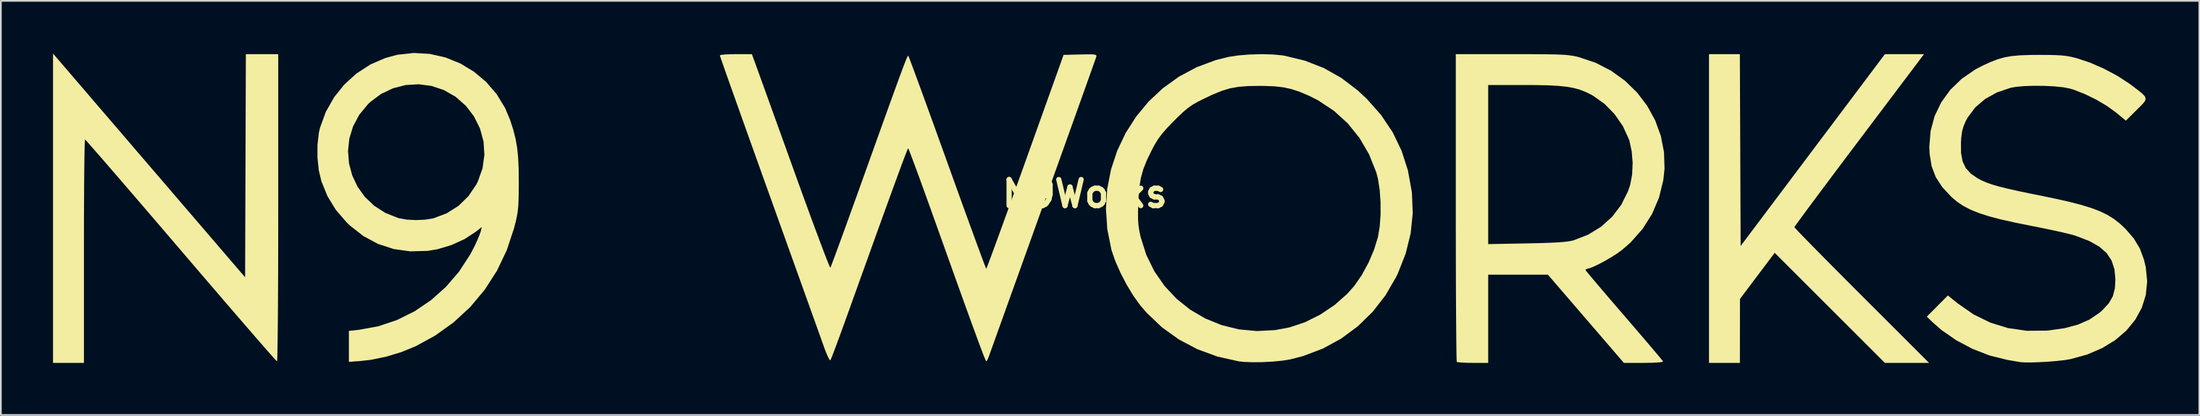
<source format=kicad_pcb>
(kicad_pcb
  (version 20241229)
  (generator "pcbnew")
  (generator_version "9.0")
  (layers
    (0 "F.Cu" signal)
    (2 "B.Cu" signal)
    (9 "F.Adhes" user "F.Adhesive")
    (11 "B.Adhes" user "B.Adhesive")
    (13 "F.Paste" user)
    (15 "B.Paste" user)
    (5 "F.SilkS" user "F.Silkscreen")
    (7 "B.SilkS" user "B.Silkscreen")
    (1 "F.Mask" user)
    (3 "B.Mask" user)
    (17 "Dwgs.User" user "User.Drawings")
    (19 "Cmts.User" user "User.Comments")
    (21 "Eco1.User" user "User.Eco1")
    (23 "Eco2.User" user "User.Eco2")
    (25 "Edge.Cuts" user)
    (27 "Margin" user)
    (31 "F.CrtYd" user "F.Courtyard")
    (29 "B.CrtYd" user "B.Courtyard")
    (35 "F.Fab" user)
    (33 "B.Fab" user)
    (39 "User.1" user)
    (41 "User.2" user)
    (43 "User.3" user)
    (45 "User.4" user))
  (footprint "N9Works"
    (layer "F.Cu")
    (at 59.351 8.112)
    (property "Reference" "N9Works" (at 0 0 0) (layer "F.SilkS") (effects (font (size 1.5 1.5) (thickness 0.3))))
    (attr board_only exclude_from_pos_files exclude_from_bom)
    (fp_poly (pts (xy 37.697 -2.519) (xy 37.719 3.006) (xy 41.868 -2.518) (xy 46.016 -8.041) (xy 47.142 -8.042) (xy 48.267 -8.043) (xy 44.538 -3.094) (xy 43.931 -2.288) (xy 43.355 -1.52) (xy 42.818 -0.803) (xy 42.327 -0.146) (xy 41.891 0.44) (xy 41.517 0.944) (xy 41.214 1.355) (xy 40.99 1.662) (xy 40.852 1.855) (xy 40.809 1.922) (xy 40.868 1.992) (xy 41.036 2.171) (xy 41.304 2.45) (xy 41.662 2.817) (xy 42.101 3.263) (xy 42.609 3.778) (xy 43.177 4.352) (xy 43.795 4.974) (xy 44.453 5.634) (xy 44.682 5.863) (xy 48.556 9.737) (xy 47.286 9.737) (xy 46.015 9.737) (xy 42.847 6.567) (xy 39.679 3.398) (xy 38.68 4.726) (xy 37.681 6.054) (xy 37.679 7.895) (xy 37.677 9.737) (xy 36.788 9.737) (xy 35.899 9.737) (xy 35.899 0.847) (xy 35.899 -8.043) (xy 36.787 -8.043) (xy 37.675 -8.043)) (stroke (width 0) (type solid)) (fill yes) (layer "F.SilkS"))
    (fp_poly (pts (xy -59.118 -7.807) (xy -59.031 -7.705) (xy -58.841 -7.483) (xy -58.557 -7.152) (xy -58.186 -6.719) (xy -57.737 -6.196) (xy -57.218 -5.59) (xy -56.637 -4.912) (xy -56.001 -4.171) (xy -55.318 -3.375) (xy -54.598 -2.534) (xy -53.847 -1.658) (xy -53.594 -1.364) (xy -48.302 4.808) (xy -48.281 -1.618) (xy -48.259 -8.043) (xy -47.328 -8.043) (xy -46.397 -8.043) (xy -46.397 0.804) (xy -46.398 2.013) (xy -46.4 3.172) (xy -46.403 4.272) (xy -46.407 5.301) (xy -46.412 6.248) (xy -46.418 7.102) (xy -46.425 7.852) (xy -46.433 8.487) (xy -46.441 8.995) (xy -46.449 9.366) (xy -46.459 9.588) (xy -46.467 9.652) (xy -46.53 9.589) (xy -46.696 9.406) (xy -46.957 9.111) (xy -47.305 8.713) (xy -47.733 8.221) (xy -48.233 7.643) (xy -48.797 6.989) (xy -49.42 6.266) (xy -50.091 5.484) (xy -50.806 4.651) (xy -51.555 3.775) (xy -51.991 3.264) (xy -52.757 2.369) (xy -53.491 1.51) (xy -54.188 0.698) (xy -54.839 -0.06) (xy -55.436 -0.754) (xy -55.974 -1.377) (xy -56.442 -1.919) (xy -56.836 -2.372) (xy -57.146 -2.726) (xy -57.366 -2.975) (xy -57.487 -3.107) (xy -57.51 -3.128) (xy -57.52 -3.046) (xy -57.53 -2.808) (xy -57.539 -2.427) (xy -57.547 -1.915) (xy -57.554 -1.286) (xy -57.561 -0.552) (xy -57.566 0.273) (xy -57.57 1.176) (xy -57.572 2.145) (xy -57.573 3.166) (xy -57.573 3.302) (xy -57.573 9.737) (xy -58.462 9.737) (xy -59.351 9.737) (xy -59.351 0.829) (xy -59.351 -8.079)) (stroke (width 0) (type solid)) (fill yes) (layer "F.SilkS"))
    (fp_poly (pts (xy -37.675 -8.057) (xy -36.778 -7.853) (xy -35.929 -7.51) (xy -35.144 -7.037) (xy -34.44 -6.445) (xy -33.836 -5.743) (xy -33.348 -4.942) (xy -33.062 -4.262) (xy -32.882 -3.701) (xy -32.748 -3.177) (xy -32.655 -2.649) (xy -32.597 -2.075) (xy -32.567 -1.415) (xy -32.561 -0.635) (xy -32.565 -0.06) (xy -32.575 0.383) (xy -32.593 0.735) (xy -32.624 1.032) (xy -32.672 1.315) (xy -32.741 1.621) (xy -32.835 1.987) (xy -33.253 3.249) (xy -33.817 4.431) (xy -34.519 5.524) (xy -35.351 6.517) (xy -36.306 7.401) (xy -37.375 8.168) (xy -38.493 8.779) (xy -39.314 9.114) (xy -40.201 9.382) (xy -41.084 9.563) (xy -41.635 9.626) (xy -42.333 9.677) (xy -42.333 8.785) (xy -42.333 7.894) (xy -41.762 7.833) (xy -40.644 7.63) (xy -39.569 7.27) (xy -38.553 6.765) (xy -37.608 6.124) (xy -36.751 5.358) (xy -35.994 4.478) (xy -35.354 3.494) (xy -35.095 2.997) (xy -34.948 2.674) (xy -34.825 2.379) (xy -34.751 2.171) (xy -34.747 2.153) (xy -34.686 1.911) (xy -35.018 2.174) (xy -35.677 2.606) (xy -36.438 2.953) (xy -37.245 3.194) (xy -37.805 3.287) (xy -38.805 3.314) (xy -39.758 3.18) (xy -40.659 2.885) (xy -41.5 2.433) (xy -42.276 1.826) (xy -42.459 1.65) (xy -43.082 0.929) (xy -43.561 0.145) (xy -43.914 -0.72) (xy -44.065 -1.359) (xy -44.141 -2.083) (xy -44.141 -2.467) (xy -42.383 -2.467) (xy -42.326 -1.754) (xy -42.143 -1.062) (xy -41.837 -0.413) (xy -41.414 0.177) (xy -40.879 0.687) (xy -40.238 1.1) (xy -39.495 1.394) (xy -39.455 1.406) (xy -39.016 1.485) (xy -38.493 1.513) (xy -37.962 1.491) (xy -37.503 1.418) (xy -37.465 1.409) (xy -36.701 1.12) (xy -36.026 0.691) (xy -35.456 0.134) (xy -35.003 -0.539) (xy -34.913 -0.717) (xy -34.646 -1.468) (xy -34.539 -2.241) (xy -34.589 -3.013) (xy -34.793 -3.764) (xy -35.146 -4.47) (xy -35.607 -5.07) (xy -36.198 -5.591) (xy -36.861 -5.971) (xy -37.575 -6.211) (xy -38.317 -6.309) (xy -39.063 -6.265) (xy -39.793 -6.079) (xy -40.484 -5.751) (xy -41.112 -5.28) (xy -41.233 -5.165) (xy -41.737 -4.552) (xy -42.093 -3.885) (xy -42.307 -3.184) (xy -42.383 -2.467) (xy -44.141 -2.467) (xy -44.14 -2.824) (xy -44.06 -3.515) (xy -43.993 -3.809) (xy -43.659 -4.721) (xy -43.187 -5.556) (xy -42.592 -6.299) (xy -41.89 -6.934) (xy -41.097 -7.448) (xy -40.227 -7.825) (xy -39.542 -8.008) (xy -38.602 -8.112)) (stroke (width 0) (type solid)) (fill yes) (layer "F.SilkS"))
    (fp_poly (pts (xy 25.374 -8.043) (xy 26.058 -8.04) (xy 26.612 -8.035) (xy 27.055 -8.027) (xy 27.407 -8.014) (xy 27.688 -7.996) (xy 27.916 -7.971) (xy 28.112 -7.94) (xy 28.295 -7.901) (xy 28.413 -7.872) (xy 29.385 -7.544) (xy 30.273 -7.085) (xy 31.069 -6.51) (xy 31.763 -5.833) (xy 32.344 -5.069) (xy 32.802 -4.233) (xy 33.128 -3.339) (xy 33.311 -2.402) (xy 33.341 -1.437) (xy 33.272 -0.788) (xy 33.025 0.22) (xy 32.624 1.162) (xy 32.076 2.027) (xy 31.387 2.804) (xy 30.903 3.228) (xy 30.617 3.435) (xy 30.267 3.658) (xy 29.89 3.877) (xy 29.522 4.071) (xy 29.202 4.221) (xy 28.966 4.306) (xy 28.89 4.318) (xy 28.801 4.361) (xy 28.801 4.396) (xy 28.861 4.475) (xy 29.019 4.668) (xy 29.265 4.961) (xy 29.585 5.339) (xy 29.969 5.789) (xy 30.403 6.297) (xy 30.876 6.847) (xy 31.03 7.026) (xy 31.513 7.587) (xy 31.961 8.11) (xy 32.362 8.579) (xy 32.703 8.982) (xy 32.974 9.303) (xy 33.161 9.529) (xy 33.253 9.646) (xy 33.26 9.658) (xy 33.191 9.689) (xy 32.976 9.713) (xy 32.638 9.73) (xy 32.199 9.737) (xy 32.145 9.737) (xy 31.003 9.737) (xy 28.818 7.197) (xy 26.633 4.657) (xy 24.916 4.657) (xy 23.199 4.657) (xy 23.199 7.197) (xy 23.199 9.737) (xy 22.324 9.737) (xy 21.954 9.732) (xy 21.651 9.718) (xy 21.45 9.697) (xy 21.392 9.68) (xy 21.385 9.59) (xy 21.377 9.341) (xy 21.37 8.945) (xy 21.364 8.414) (xy 21.358 7.757) (xy 21.352 6.988) (xy 21.347 6.116) (xy 21.343 5.154) (xy 21.34 4.111) (xy 21.338 3) (xy 21.336 1.832) (xy 21.336 0.79) (xy 21.336 -6.265) (xy 23.199 -6.265) (xy 23.199 -1.684) (xy 23.199 2.897) (xy 25.421 2.856) (xy 26.175 2.839) (xy 26.78 2.819) (xy 27.255 2.795) (xy 27.62 2.765) (xy 27.896 2.727) (xy 28.101 2.682) (xy 28.109 2.679) (xy 28.948 2.353) (xy 29.695 1.894) (xy 30.335 1.315) (xy 30.855 0.629) (xy 31.242 -0.151) (xy 31.364 -0.508) (xy 31.478 -1.102) (xy 31.508 -1.773) (xy 31.454 -2.45) (xy 31.318 -3.064) (xy 31.291 -3.146) (xy 30.947 -3.897) (xy 30.47 -4.587) (xy 29.886 -5.183) (xy 29.223 -5.653) (xy 29.147 -5.696) (xy 28.815 -5.861) (xy 28.482 -5.993) (xy 28.121 -6.093) (xy 27.71 -6.167) (xy 27.222 -6.217) (xy 26.632 -6.248) (xy 25.917 -6.263) (xy 25.302 -6.265) (xy 23.199 -6.265) (xy 21.336 -6.265) (xy 21.336 -8.043) (xy 24.54 -8.043)) (stroke (width 0) (type solid)) (fill yes) (layer "F.SilkS"))
    (fp_poly (pts (xy 10.787 -8.026) (xy 11.348 -7.975) (xy 11.478 -7.954) (xy 12.652 -7.669) (xy 13.737 -7.246) (xy 14.745 -6.678) (xy 15.692 -5.957) (xy 16.219 -5.465) (xy 17.039 -4.538) (xy 17.704 -3.545) (xy 18.218 -2.48) (xy 18.584 -1.336) (xy 18.806 -0.105) (xy 18.811 -0.059) (xy 18.859 1.11) (xy 18.74 2.278) (xy 18.453 3.441) (xy 18 4.593) (xy 17.908 4.784) (xy 17.292 5.845) (xy 16.552 6.797) (xy 15.697 7.632) (xy 14.74 8.34) (xy 13.69 8.913) (xy 12.558 9.343) (xy 11.814 9.536) (xy 11.354 9.61) (xy 10.798 9.664) (xy 10.202 9.695) (xy 9.623 9.7) (xy 9.117 9.679) (xy 8.855 9.649) (xy 7.629 9.375) (xy 6.477 8.953) (xy 5.408 8.388) (xy 4.431 7.687) (xy 3.555 6.853) (xy 3.172 6.406) (xy 2.785 5.866) (xy 2.4 5.227) (xy 2.045 4.543) (xy 1.748 3.87) (xy 1.538 3.261) (xy 1.527 3.222) (xy 1.29 2.043) (xy 1.226 1.072) (xy 3.057 1.072) (xy 3.06 1.475) (xy 3.083 1.809) (xy 3.13 2.124) (xy 3.204 2.47) (xy 3.21 2.498) (xy 3.535 3.523) (xy 3.997 4.462) (xy 4.581 5.305) (xy 5.274 6.046) (xy 6.062 6.675) (xy 6.931 7.183) (xy 7.867 7.563) (xy 8.857 7.807) (xy 9.886 7.904) (xy 10.941 7.849) (xy 11.769 7.694) (xy 12.662 7.395) (xy 13.542 6.956) (xy 14.366 6.401) (xy 15.094 5.757) (xy 15.49 5.312) (xy 15.919 4.694) (xy 16.312 3.973) (xy 16.635 3.215) (xy 16.856 2.498) (xy 16.958 1.895) (xy 17.008 1.205) (xy 17.007 0.481) (xy 16.958 -0.224) (xy 16.86 -0.857) (xy 16.765 -1.228) (xy 16.347 -2.272) (xy 15.796 -3.219) (xy 15.119 -4.058) (xy 14.325 -4.781) (xy 13.42 -5.38) (xy 12.922 -5.633) (xy 12.385 -5.864) (xy 11.901 -6.027) (xy 11.419 -6.133) (xy 10.887 -6.192) (xy 10.254 -6.214) (xy 10.033 -6.216) (xy 9.371 -6.204) (xy 8.825 -6.16) (xy 8.34 -6.072) (xy 7.865 -5.927) (xy 7.344 -5.713) (xy 6.858 -5.484) (xy 6.477 -5.291) (xy 6.175 -5.117) (xy 5.909 -4.929) (xy 5.636 -4.696) (xy 5.312 -4.386) (xy 5.122 -4.196) (xy 4.733 -3.794) (xy 4.44 -3.459) (xy 4.208 -3.147) (xy 4.006 -2.815) (xy 3.881 -2.582) (xy 3.584 -1.975) (xy 3.37 -1.443) (xy 3.225 -0.932) (xy 3.134 -0.385) (xy 3.083 0.252) (xy 3.071 0.55) (xy 3.057 1.072) (xy 1.226 1.072) (xy 1.212 0.87) (xy 1.286 -0.283) (xy 1.505 -1.404) (xy 1.86 -2.48) (xy 2.344 -3.499) (xy 2.949 -4.448) (xy 3.668 -5.315) (xy 4.492 -6.086) (xy 5.415 -6.749) (xy 6.429 -7.291) (xy 7.525 -7.7) (xy 8.253 -7.883) (xy 8.81 -7.969) (xy 9.458 -8.022) (xy 10.137 -8.042)) (stroke (width 0) (type solid)) (fill yes) (layer "F.SilkS"))
    (fp_poly (pts (xy 55.435 -7.998) (xy 55.876 -7.987) (xy 56.223 -7.966) (xy 56.515 -7.93) (xy 56.79 -7.876) (xy 57.065 -7.806) (xy 57.825 -7.552) (xy 58.625 -7.202) (xy 59.4 -6.788) (xy 60.081 -6.344) (xy 60.156 -6.289) (xy 60.55 -5.991) (xy 60.821 -5.773) (xy 60.975 -5.607) (xy 61.018 -5.463) (xy 60.959 -5.314) (xy 60.802 -5.132) (xy 60.556 -4.887) (xy 60.502 -4.833) (xy 59.878 -4.214) (xy 59.301 -4.69) (xy 58.784 -5.064) (xy 58.165 -5.428) (xy 57.509 -5.749) (xy 56.879 -5.995) (xy 56.642 -6.066) (xy 56.261 -6.138) (xy 55.763 -6.188) (xy 55.196 -6.216) (xy 54.608 -6.222) (xy 54.049 -6.204) (xy 53.568 -6.162) (xy 53.255 -6.107) (xy 52.462 -5.839) (xy 51.777 -5.458) (xy 51.212 -4.974) (xy 50.779 -4.396) (xy 50.672 -4.197) (xy 50.537 -3.884) (xy 50.454 -3.58) (xy 50.408 -3.216) (xy 50.392 -2.959) (xy 50.397 -2.35) (xy 50.486 -1.866) (xy 50.672 -1.477) (xy 50.968 -1.156) (xy 51.334 -0.903) (xy 51.579 -0.772) (xy 51.855 -0.651) (xy 52.185 -0.535) (xy 52.588 -0.418) (xy 53.086 -0.294) (xy 53.7 -0.156) (xy 54.449 -0.000341) (xy 54.861 0.082) (xy 55.831 0.283) (xy 56.653 0.469) (xy 57.345 0.649) (xy 57.927 0.83) (xy 58.418 1.02) (xy 58.837 1.227) (xy 59.203 1.456) (xy 59.535 1.717) (xy 59.853 2.016) (xy 59.86 2.022) (xy 60.338 2.577) (xy 60.683 3.153) (xy 60.922 3.803) (xy 61.023 4.233) (xy 61.103 5.047) (xy 61.024 5.827) (xy 60.793 6.565) (xy 60.42 7.249) (xy 59.912 7.87) (xy 59.277 8.418) (xy 58.524 8.882) (xy 57.662 9.253) (xy 56.697 9.52) (xy 56.679 9.524) (xy 56.339 9.579) (xy 55.903 9.628) (xy 55.413 9.668) (xy 54.912 9.696) (xy 54.445 9.712) (xy 54.054 9.711) (xy 53.784 9.691) (xy 53.763 9.688) (xy 53.564 9.653) (xy 53.273 9.602) (xy 53.044 9.562) (xy 52.05 9.316) (xy 51.06 8.932) (xy 50.117 8.432) (xy 49.263 7.838) (xy 48.788 7.422) (xy 48.428 7.075) (xy 49.034 6.465) (xy 49.64 5.855) (xy 50.199 6.306) (xy 51.113 6.943) (xy 52.081 7.419) (xy 53.1 7.734) (xy 54.171 7.888) (xy 55.294 7.88) (xy 55.438 7.868) (xy 56.347 7.739) (xy 57.123 7.533) (xy 57.784 7.241) (xy 58.352 6.857) (xy 58.529 6.702) (xy 58.895 6.306) (xy 59.127 5.903) (xy 59.247 5.442) (xy 59.276 4.933) (xy 59.221 4.346) (xy 59.057 3.844) (xy 58.771 3.414) (xy 58.353 3.046) (xy 57.793 2.728) (xy 57.078 2.448) (xy 56.869 2.381) (xy 56.609 2.311) (xy 56.217 2.218) (xy 55.73 2.11) (xy 55.182 1.995) (xy 54.61 1.88) (xy 54.499 1.859) (xy 53.53 1.664) (xy 52.71 1.48) (xy 52.021 1.3) (xy 51.444 1.115) (xy 50.96 0.921) (xy 50.549 0.709) (xy 50.193 0.474) (xy 49.873 0.208) (xy 49.848 0.184) (xy 49.319 -0.382) (xy 48.943 -0.962) (xy 48.705 -1.591) (xy 48.589 -2.303) (xy 48.572 -2.709) (xy 48.646 -3.615) (xy 48.876 -4.472) (xy 49.256 -5.266) (xy 49.778 -5.987) (xy 50.433 -6.622) (xy 51.213 -7.159) (xy 51.604 -7.365) (xy 52.074 -7.582) (xy 52.49 -7.744) (xy 52.892 -7.859) (xy 53.32 -7.934) (xy 53.812 -7.978) (xy 54.408 -7.997) (xy 54.864 -8)) (stroke (width 0) (type solid)) (fill yes) (layer "F.SilkS"))
    (fp_poly (pts (xy -18.944 -7.472) (xy -18.881 -7.297) (xy -18.765 -6.977) (xy -18.602 -6.526) (xy -18.398 -5.96) (xy -18.158 -5.293) (xy -17.886 -4.538) (xy -17.588 -3.712) (xy -17.27 -2.827) (xy -16.936 -1.899) (xy -16.717 -1.29) (xy -16.383 -0.362) (xy -16.063 0.516) (xy -15.765 1.332) (xy -15.491 2.073) (xy -15.247 2.727) (xy -15.038 3.281) (xy -14.868 3.723) (xy -14.741 4.04) (xy -14.664 4.219) (xy -14.64 4.256) (xy -14.602 4.167) (xy -14.512 3.932) (xy -14.374 3.564) (xy -14.195 3.076) (xy -13.978 2.482) (xy -13.728 1.795) (xy -13.451 1.027) (xy -13.15 0.194) (xy -12.832 -0.694) (xy -12.671 -1.143) (xy -12.238 -2.353) (xy -11.858 -3.413) (xy -11.528 -4.333) (xy -11.244 -5.122) (xy -11.002 -5.79) (xy -10.8 -6.347) (xy -10.633 -6.803) (xy -10.499 -7.166) (xy -10.392 -7.447) (xy -10.311 -7.656) (xy -10.251 -7.802) (xy -10.208 -7.894) (xy -10.18 -7.943) (xy -10.162 -7.957) (xy -10.161 -7.957) (xy -10.127 -7.879) (xy -10.039 -7.654) (xy -9.904 -7.294) (xy -9.725 -6.811) (xy -9.507 -6.217) (xy -9.254 -5.524) (xy -8.971 -4.745) (xy -8.662 -3.891) (xy -8.332 -2.976) (xy -7.985 -2.011) (xy -7.916 -1.82) (xy -7.567 -0.847) (xy -7.233 0.079) (xy -6.92 0.945) (xy -6.631 1.74) (xy -6.372 2.45) (xy -6.147 3.064) (xy -5.961 3.569) (xy -5.817 3.954) (xy -5.72 4.206) (xy -5.675 4.314) (xy -5.673 4.317) (xy -5.638 4.239) (xy -5.551 4.014) (xy -5.416 3.654) (xy -5.238 3.171) (xy -5.021 2.577) (xy -4.769 1.884) (xy -4.486 1.104) (xy -4.178 0.25) (xy -3.849 -0.666) (xy -3.502 -1.633) (xy -3.427 -1.842) (xy -1.224 -8.001) (xy -0.263 -8.025) (xy 0.152 -8.033) (xy 0.425 -8.032) (xy 0.583 -8.015) (xy 0.654 -7.981) (xy 0.664 -7.926) (xy 0.658 -7.898) (xy 0.625 -7.799) (xy 0.538 -7.552) (xy 0.401 -7.166) (xy 0.218 -6.653) (xy -0.006 -6.023) (xy -0.269 -5.287) (xy -0.567 -4.455) (xy -0.895 -3.538) (xy -1.25 -2.547) (xy -1.628 -1.492) (xy -2.025 -0.384) (xy -2.406 0.677) (xy -2.819 1.828) (xy -3.217 2.938) (xy -3.596 3.995) (xy -3.953 4.989) (xy -4.284 5.91) (xy -4.583 6.746) (xy -4.849 7.487) (xy -5.077 8.121) (xy -5.262 8.639) (xy -5.401 9.028) (xy -5.491 9.279) (xy -5.526 9.377) (xy -5.602 9.561) (xy -5.664 9.65) (xy -5.669 9.652) (xy -5.696 9.61) (xy -5.753 9.481) (xy -5.843 9.258) (xy -5.966 8.935) (xy -6.127 8.505) (xy -6.326 7.962) (xy -6.568 7.3) (xy -6.853 6.512) (xy -7.184 5.592) (xy -7.564 4.533) (xy -7.994 3.329) (xy -8.478 1.974) (xy -8.646 1.504) (xy -8.93 0.709) (xy -9.198 -0.035) (xy -9.444 -0.715) (xy -9.663 -1.314) (xy -9.85 -1.819) (xy -9.998 -2.213) (xy -10.102 -2.483) (xy -10.157 -2.614) (xy -10.164 -2.624) (xy -10.193 -2.569) (xy -10.262 -2.401) (xy -10.372 -2.116) (xy -10.525 -1.71) (xy -10.721 -1.178) (xy -10.963 -0.518) (xy -11.252 0.277) (xy -11.59 1.209) (xy -11.977 2.283) (xy -12.416 3.503) (xy -12.908 4.872) (xy -13.455 6.396) (xy -13.651 6.943) (xy -13.877 7.57) (xy -14.087 8.147) (xy -14.274 8.653) (xy -14.43 9.07) (xy -14.548 9.377) (xy -14.622 9.555) (xy -14.641 9.592) (xy -14.694 9.547) (xy -14.786 9.372) (xy -14.902 9.098) (xy -14.986 8.873) (xy -15.054 8.682) (xy -15.175 8.344) (xy -15.344 7.871) (xy -15.557 7.275) (xy -15.811 6.568) (xy -16.099 5.762) (xy -16.419 4.869) (xy -16.766 3.902) (xy -17.135 2.871) (xy -17.522 1.791) (xy -17.923 0.672) (xy -18.131 0.091) (xy -18.531 -1.024) (xy -18.914 -2.095) (xy -19.277 -3.111) (xy -19.616 -4.059) (xy -19.926 -4.931) (xy -20.205 -5.715) (xy -20.448 -6.399) (xy -20.651 -6.975) (xy -20.811 -7.43) (xy -20.924 -7.754) (xy -20.986 -7.936) (xy -20.997 -7.973) (xy -20.918 -8.002) (xy -20.705 -8.024) (xy -20.39 -8.039) (xy -20.076 -8.043) (xy -19.154 -8.043)) (stroke (width 0) (type solid)) (fill yes) (layer "F.SilkS")))
  (gr_rect
    (start -3 -3)
    (end 123.454 20.849)
    (stroke (width 0.1) (type default))
    (fill no)
    (layer "Edge.Cuts")))
</source>
